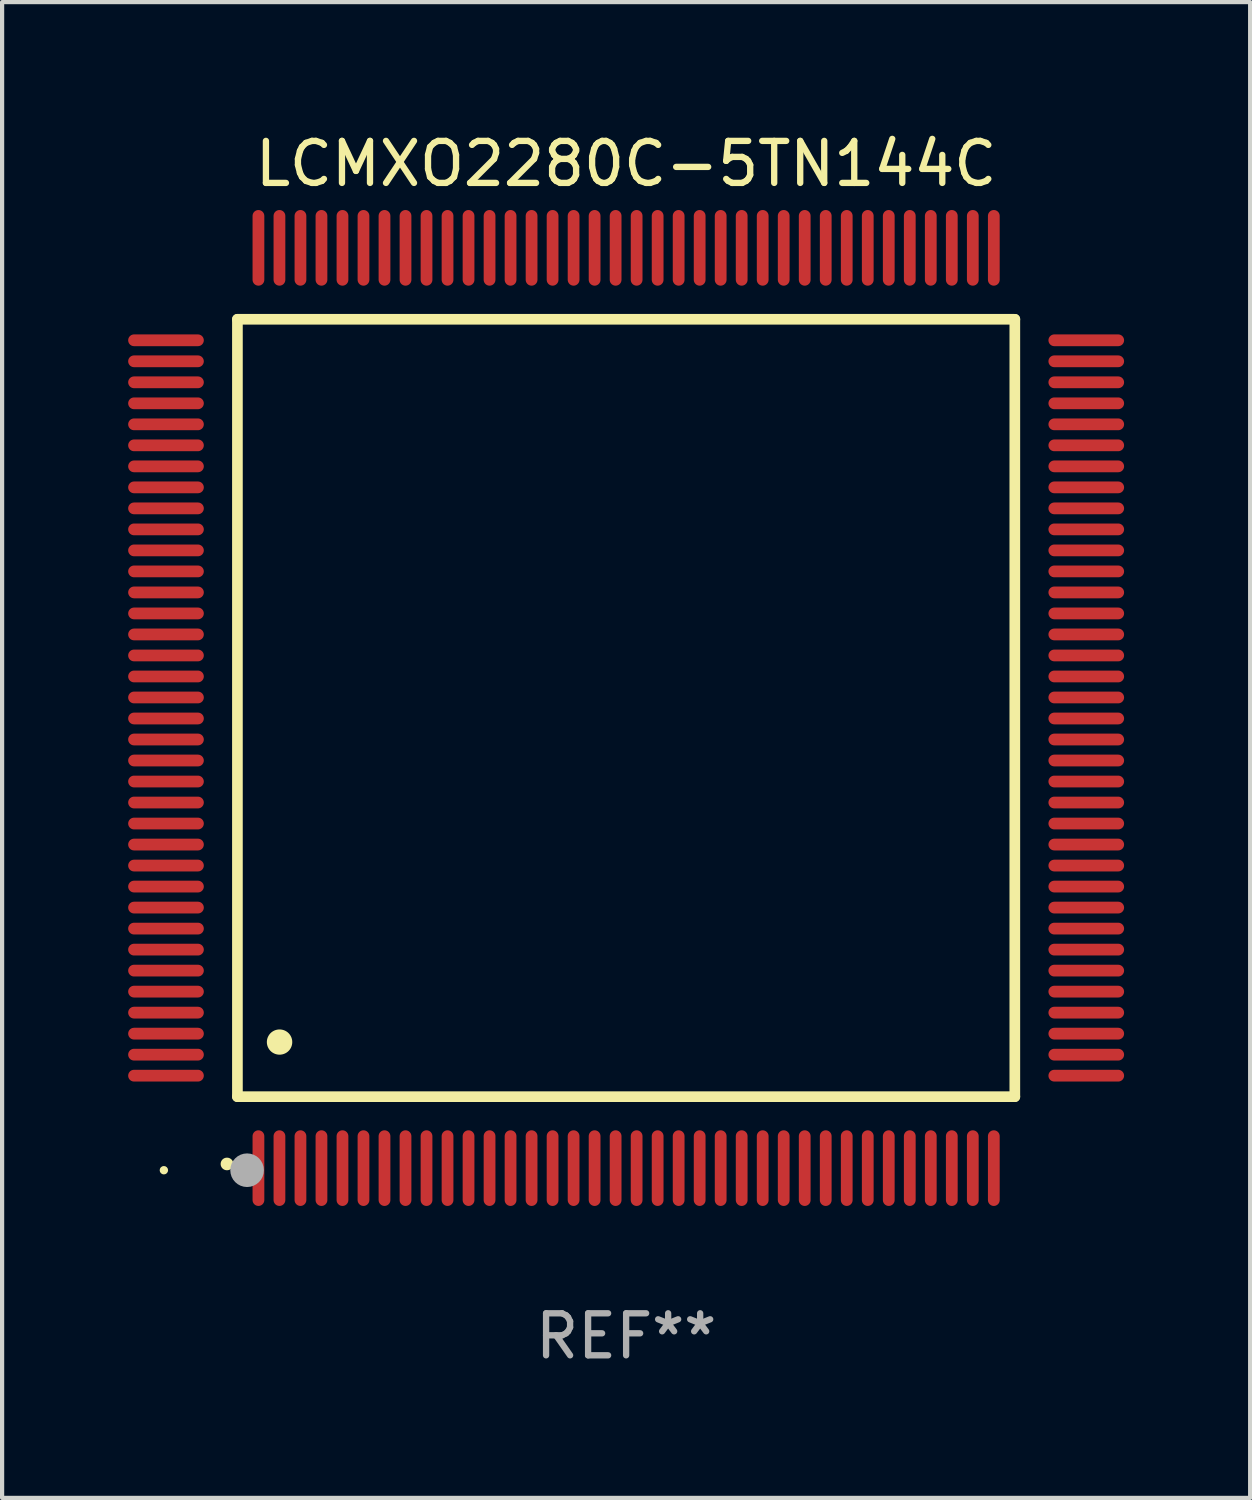
<source format=kicad_pcb>
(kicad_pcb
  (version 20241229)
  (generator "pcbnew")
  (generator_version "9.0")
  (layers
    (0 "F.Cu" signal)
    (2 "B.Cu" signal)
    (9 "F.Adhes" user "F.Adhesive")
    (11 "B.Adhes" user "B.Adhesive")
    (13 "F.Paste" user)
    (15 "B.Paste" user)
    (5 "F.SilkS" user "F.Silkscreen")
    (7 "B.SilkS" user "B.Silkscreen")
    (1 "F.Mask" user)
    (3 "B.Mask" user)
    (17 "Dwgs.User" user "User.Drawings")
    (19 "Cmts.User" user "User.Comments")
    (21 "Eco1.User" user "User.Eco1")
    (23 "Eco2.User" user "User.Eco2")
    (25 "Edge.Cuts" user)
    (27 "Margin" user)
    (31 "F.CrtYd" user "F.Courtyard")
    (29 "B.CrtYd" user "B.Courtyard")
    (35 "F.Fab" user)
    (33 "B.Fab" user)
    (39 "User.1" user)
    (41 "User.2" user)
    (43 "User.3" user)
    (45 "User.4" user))
  (footprint "LCMXO2280C-5TN144C"
    (layer "F.Cu")
    (at 11.85 13.798)
    (property "Reference" "LCMXO2280C-5TN144C" (at 0 -12.95 0) (layer "F.SilkS") (effects (font (size 1 1) (thickness 0.15))))
    (attr through_hole)
    (fp_line (start -9.25 -9.25) (end -9.25 9.25) (stroke (width 0.254) (type solid)) (layer "F.SilkS"))
    (fp_line (start -9.25 9.25) (end 9.25 9.25) (stroke (width 0.254) (type solid)) (layer "F.SilkS"))
    (fp_line (start 9.25 -9.25) (end -9.25 -9.25) (stroke (width 0.254) (type solid)) (layer "F.SilkS"))
    (fp_line (start 9.25 9.25) (end 9.25 -9.25) (stroke (width 0.254) (type solid)) (layer "F.SilkS"))
    (fp_arc (start -9.499619 10.850902) (mid -9.498349 10.850897) (end -9.497079 10.850902) (stroke (width 0.3) (type solid)) (layer "F.SilkS"))
    (fp_arc (start -8.249936 7.950216) (mid -8.247396 7.950205) (end -8.244856 7.950216) (stroke (width 0.6) (type solid)) (layer "F.SilkS"))
    (fp_circle (center -11 11) (end -10.95 11) (stroke (width 0.1) (type solid)) (fill no) (layer "F.SilkS"))
    (fp_circle (center -9.02 11) (end -8.82 11) (stroke (width 0.4) (type solid)) (fill no) (layer "F.Fab"))
    (fp_text user "REF**" (at 0 14.95 0) (layer "F.Fab") (effects (font (size 1 1) (thickness 0.15))))
    (pad "1" smd oval (at -8.75 10.95) (size 0.28 1.8) (layers "F.Cu" "F.Mask" "F.Paste"))
    (pad "2" smd oval (at -8.25 10.95) (size 0.28 1.8) (layers "F.Cu" "F.Mask" "F.Paste"))
    (pad "3" smd oval (at -7.75 10.95) (size 0.28 1.8) (layers "F.Cu" "F.Mask" "F.Paste"))
    (pad "4" smd oval (at -7.25 10.95) (size 0.28 1.8) (layers "F.Cu" "F.Mask" "F.Paste"))
    (pad "5" smd oval (at -6.75 10.95) (size 0.28 1.8) (layers "F.Cu" "F.Mask" "F.Paste"))
    (pad "6" smd oval (at -6.25 10.95) (size 0.28 1.8) (layers "F.Cu" "F.Mask" "F.Paste"))
    (pad "7" smd oval (at -5.75 10.95) (size 0.28 1.8) (layers "F.Cu" "F.Mask" "F.Paste"))
    (pad "8" smd oval (at -5.25 10.95) (size 0.28 1.8) (layers "F.Cu" "F.Mask" "F.Paste"))
    (pad "9" smd oval (at -4.75 10.95) (size 0.28 1.8) (layers "F.Cu" "F.Mask" "F.Paste"))
    (pad "10" smd oval (at -4.25 10.95) (size 0.28 1.8) (layers "F.Cu" "F.Mask" "F.Paste"))
    (pad "11" smd oval (at -3.75 10.95) (size 0.28 1.8) (layers "F.Cu" "F.Mask" "F.Paste"))
    (pad "12" smd oval (at -3.25 10.95) (size 0.28 1.8) (layers "F.Cu" "F.Mask" "F.Paste"))
    (pad "13" smd oval (at -2.75 10.95) (size 0.28 1.8) (layers "F.Cu" "F.Mask" "F.Paste"))
    (pad "14" smd oval (at -2.25 10.95) (size 0.28 1.8) (layers "F.Cu" "F.Mask" "F.Paste"))
    (pad "15" smd oval (at -1.75 10.95) (size 0.28 1.8) (layers "F.Cu" "F.Mask" "F.Paste"))
    (pad "16" smd oval (at -1.25 10.95) (size 0.28 1.8) (layers "F.Cu" "F.Mask" "F.Paste"))
    (pad "17" smd oval (at -0.75 10.95) (size 0.28 1.8) (layers "F.Cu" "F.Mask" "F.Paste"))
    (pad "18" smd oval (at -0.25 10.95) (size 0.28 1.8) (layers "F.Cu" "F.Mask" "F.Paste"))
    (pad "19" smd oval (at 0.25 10.95) (size 0.28 1.8) (layers "F.Cu" "F.Mask" "F.Paste"))
    (pad "20" smd oval (at 0.75 10.95) (size 0.28 1.8) (layers "F.Cu" "F.Mask" "F.Paste"))
    (pad "21" smd oval (at 1.25 10.95) (size 0.28 1.8) (layers "F.Cu" "F.Mask" "F.Paste"))
    (pad "22" smd oval (at 1.75 10.95) (size 0.28 1.8) (layers "F.Cu" "F.Mask" "F.Paste"))
    (pad "23" smd oval (at 2.25 10.95) (size 0.28 1.8) (layers "F.Cu" "F.Mask" "F.Paste"))
    (pad "24" smd oval (at 2.75 10.95) (size 0.28 1.8) (layers "F.Cu" "F.Mask" "F.Paste"))
    (pad "25" smd oval (at 3.25 10.95) (size 0.28 1.8) (layers "F.Cu" "F.Mask" "F.Paste"))
    (pad "26" smd oval (at 3.75 10.95) (size 0.28 1.8) (layers "F.Cu" "F.Mask" "F.Paste"))
    (pad "27" smd oval (at 4.25 10.95) (size 0.28 1.8) (layers "F.Cu" "F.Mask" "F.Paste"))
    (pad "28" smd oval (at 4.75 10.95) (size 0.28 1.8) (layers "F.Cu" "F.Mask" "F.Paste"))
    (pad "29" smd oval (at 5.25 10.95) (size 0.28 1.8) (layers "F.Cu" "F.Mask" "F.Paste"))
    (pad "30" smd oval (at 5.75 10.95) (size 0.28 1.8) (layers "F.Cu" "F.Mask" "F.Paste"))
    (pad "31" smd oval (at 6.25 10.95) (size 0.28 1.8) (layers "F.Cu" "F.Mask" "F.Paste"))
    (pad "32" smd oval (at 6.75 10.95) (size 0.28 1.8) (layers "F.Cu" "F.Mask" "F.Paste"))
    (pad "33" smd oval (at 7.25 10.95) (size 0.28 1.8) (layers "F.Cu" "F.Mask" "F.Paste"))
    (pad "34" smd oval (at 7.75 10.95) (size 0.28 1.8) (layers "F.Cu" "F.Mask" "F.Paste"))
    (pad "35" smd oval (at 8.25 10.95) (size 0.28 1.8) (layers "F.Cu" "F.Mask" "F.Paste"))
    (pad "36" smd oval (at 8.75 10.95) (size 0.28 1.8) (layers "F.Cu" "F.Mask" "F.Paste"))
    (pad "37" smd oval (at 10.95 8.75) (size 1.8 0.28) (layers "F.Cu" "F.Mask" "F.Paste"))
    (pad "38" smd oval (at 10.95 8.25) (size 1.8 0.28) (layers "F.Cu" "F.Mask" "F.Paste"))
    (pad "39" smd oval (at 10.95 7.75) (size 1.8 0.28) (layers "F.Cu" "F.Mask" "F.Paste"))
    (pad "40" smd oval (at 10.95 7.25) (size 1.8 0.28) (layers "F.Cu" "F.Mask" "F.Paste"))
    (pad "41" smd oval (at 10.95 6.75) (size 1.8 0.28) (layers "F.Cu" "F.Mask" "F.Paste"))
    (pad "42" smd oval (at 10.95 6.25) (size 1.8 0.28) (layers "F.Cu" "F.Mask" "F.Paste"))
    (pad "43" smd oval (at 10.95 5.75) (size 1.8 0.28) (layers "F.Cu" "F.Mask" "F.Paste"))
    (pad "44" smd oval (at 10.95 5.25) (size 1.8 0.28) (layers "F.Cu" "F.Mask" "F.Paste"))
    (pad "45" smd oval (at 10.95 4.75) (size 1.8 0.28) (layers "F.Cu" "F.Mask" "F.Paste"))
    (pad "46" smd oval (at 10.95 4.25) (size 1.8 0.28) (layers "F.Cu" "F.Mask" "F.Paste"))
    (pad "47" smd oval (at 10.95 3.75) (size 1.8 0.28) (layers "F.Cu" "F.Mask" "F.Paste"))
    (pad "48" smd oval (at 10.95 3.25) (size 1.8 0.28) (layers "F.Cu" "F.Mask" "F.Paste"))
    (pad "49" smd oval (at 10.95 2.75) (size 1.8 0.28) (layers "F.Cu" "F.Mask" "F.Paste"))
    (pad "50" smd oval (at 10.95 2.25) (size 1.8 0.28) (layers "F.Cu" "F.Mask" "F.Paste"))
    (pad "51" smd oval (at 10.95 1.75) (size 1.8 0.28) (layers "F.Cu" "F.Mask" "F.Paste"))
    (pad "52" smd oval (at 10.95 1.25) (size 1.8 0.28) (layers "F.Cu" "F.Mask" "F.Paste"))
    (pad "53" smd oval (at 10.95 0.75) (size 1.8 0.28) (layers "F.Cu" "F.Mask" "F.Paste"))
    (pad "54" smd oval (at 10.95 0.25) (size 1.8 0.28) (layers "F.Cu" "F.Mask" "F.Paste"))
    (pad "55" smd oval (at 10.95 -0.25) (size 1.8 0.28) (layers "F.Cu" "F.Mask" "F.Paste"))
    (pad "56" smd oval (at 10.95 -0.75) (size 1.8 0.28) (layers "F.Cu" "F.Mask" "F.Paste"))
    (pad "57" smd oval (at 10.95 -1.25) (size 1.8 0.28) (layers "F.Cu" "F.Mask" "F.Paste"))
    (pad "58" smd oval (at 10.95 -1.75) (size 1.8 0.28) (layers "F.Cu" "F.Mask" "F.Paste"))
    (pad "59" smd oval (at 10.95 -2.25) (size 1.8 0.28) (layers "F.Cu" "F.Mask" "F.Paste"))
    (pad "60" smd oval (at 10.95 -2.75) (size 1.8 0.28) (layers "F.Cu" "F.Mask" "F.Paste"))
    (pad "61" smd oval (at 10.95 -3.25) (size 1.8 0.28) (layers "F.Cu" "F.Mask" "F.Paste"))
    (pad "62" smd oval (at 10.95 -3.75) (size 1.8 0.28) (layers "F.Cu" "F.Mask" "F.Paste"))
    (pad "63" smd oval (at 10.95 -4.25) (size 1.8 0.28) (layers "F.Cu" "F.Mask" "F.Paste"))
    (pad "64" smd oval (at 10.95 -4.75) (size 1.8 0.28) (layers "F.Cu" "F.Mask" "F.Paste"))
    (pad "65" smd oval (at 10.95 -5.25) (size 1.8 0.28) (layers "F.Cu" "F.Mask" "F.Paste"))
    (pad "66" smd oval (at 10.95 -5.75) (size 1.8 0.28) (layers "F.Cu" "F.Mask" "F.Paste"))
    (pad "67" smd oval (at 10.95 -6.25) (size 1.8 0.28) (layers "F.Cu" "F.Mask" "F.Paste"))
    (pad "68" smd oval (at 10.95 -6.75) (size 1.8 0.28) (layers "F.Cu" "F.Mask" "F.Paste"))
    (pad "69" smd oval (at 10.95 -7.25) (size 1.8 0.28) (layers "F.Cu" "F.Mask" "F.Paste"))
    (pad "70" smd oval (at 10.95 -7.75) (size 1.8 0.28) (layers "F.Cu" "F.Mask" "F.Paste"))
    (pad "71" smd oval (at 10.95 -8.25) (size 1.8 0.28) (layers "F.Cu" "F.Mask" "F.Paste"))
    (pad "72" smd oval (at 10.95 -8.75) (size 1.8 0.28) (layers "F.Cu" "F.Mask" "F.Paste"))
    (pad "73" smd oval (at 8.75 -10.95) (size 0.28 1.8) (layers "F.Cu" "F.Mask" "F.Paste"))
    (pad "74" smd oval (at 8.25 -10.95) (size 0.28 1.8) (layers "F.Cu" "F.Mask" "F.Paste"))
    (pad "75" smd oval (at 7.75 -10.95) (size 0.28 1.8) (layers "F.Cu" "F.Mask" "F.Paste"))
    (pad "76" smd oval (at 7.25 -10.95) (size 0.28 1.8) (layers "F.Cu" "F.Mask" "F.Paste"))
    (pad "77" smd oval (at 6.75 -10.95) (size 0.28 1.8) (layers "F.Cu" "F.Mask" "F.Paste"))
    (pad "78" smd oval (at 6.25 -10.95) (size 0.28 1.8) (layers "F.Cu" "F.Mask" "F.Paste"))
    (pad "79" smd oval (at 5.75 -10.95) (size 0.28 1.8) (layers "F.Cu" "F.Mask" "F.Paste"))
    (pad "80" smd oval (at 5.25 -10.95) (size 0.28 1.8) (layers "F.Cu" "F.Mask" "F.Paste"))
    (pad "81" smd oval (at 4.75 -10.95) (size 0.28 1.8) (layers "F.Cu" "F.Mask" "F.Paste"))
    (pad "82" smd oval (at 4.25 -10.95) (size 0.28 1.8) (layers "F.Cu" "F.Mask" "F.Paste"))
    (pad "83" smd oval (at 3.75 -10.95) (size 0.28 1.8) (layers "F.Cu" "F.Mask" "F.Paste"))
    (pad "84" smd oval (at 3.25 -10.95) (size 0.28 1.8) (layers "F.Cu" "F.Mask" "F.Paste"))
    (pad "85" smd oval (at 2.75 -10.95) (size 0.28 1.8) (layers "F.Cu" "F.Mask" "F.Paste"))
    (pad "86" smd oval (at 2.25 -10.95) (size 0.28 1.8) (layers "F.Cu" "F.Mask" "F.Paste"))
    (pad "87" smd oval (at 1.75 -10.95) (size 0.28 1.8) (layers "F.Cu" "F.Mask" "F.Paste"))
    (pad "88" smd oval (at 1.25 -10.95) (size 0.28 1.8) (layers "F.Cu" "F.Mask" "F.Paste"))
    (pad "89" smd oval (at 0.75 -10.95) (size 0.28 1.8) (layers "F.Cu" "F.Mask" "F.Paste"))
    (pad "90" smd oval (at 0.25 -10.95) (size 0.28 1.8) (layers "F.Cu" "F.Mask" "F.Paste"))
    (pad "91" smd oval (at -0.25 -10.95) (size 0.28 1.8) (layers "F.Cu" "F.Mask" "F.Paste"))
    (pad "92" smd oval (at -0.75 -10.95) (size 0.28 1.8) (layers "F.Cu" "F.Mask" "F.Paste"))
    (pad "93" smd oval (at -1.25 -10.95) (size 0.28 1.8) (layers "F.Cu" "F.Mask" "F.Paste"))
    (pad "94" smd oval (at -1.75 -10.95) (size 0.28 1.8) (layers "F.Cu" "F.Mask" "F.Paste"))
    (pad "95" smd oval (at -2.25 -10.95) (size 0.28 1.8) (layers "F.Cu" "F.Mask" "F.Paste"))
    (pad "96" smd oval (at -2.75 -10.95) (size 0.28 1.8) (layers "F.Cu" "F.Mask" "F.Paste"))
    (pad "97" smd oval (at -3.25 -10.95) (size 0.28 1.8) (layers "F.Cu" "F.Mask" "F.Paste"))
    (pad "98" smd oval (at -3.75 -10.95) (size 0.28 1.8) (layers "F.Cu" "F.Mask" "F.Paste"))
    (pad "99" smd oval (at -4.25 -10.95) (size 0.28 1.8) (layers "F.Cu" "F.Mask" "F.Paste"))
    (pad "100" smd oval (at -4.75 -10.95) (size 0.28 1.8) (layers "F.Cu" "F.Mask" "F.Paste"))
    (pad "101" smd oval (at -5.25 -10.95) (size 0.28 1.8) (layers "F.Cu" "F.Mask" "F.Paste"))
    (pad "102" smd oval (at -5.75 -10.95) (size 0.28 1.8) (layers "F.Cu" "F.Mask" "F.Paste"))
    (pad "103" smd oval (at -6.25 -10.95) (size 0.28 1.8) (layers "F.Cu" "F.Mask" "F.Paste"))
    (pad "104" smd oval (at -6.75 -10.95) (size 0.28 1.8) (layers "F.Cu" "F.Mask" "F.Paste"))
    (pad "105" smd oval (at -7.25 -10.95) (size 0.28 1.8) (layers "F.Cu" "F.Mask" "F.Paste"))
    (pad "106" smd oval (at -7.75 -10.95) (size 0.28 1.8) (layers "F.Cu" "F.Mask" "F.Paste"))
    (pad "107" smd oval (at -8.25 -10.95) (size 0.28 1.8) (layers "F.Cu" "F.Mask" "F.Paste"))
    (pad "108" smd oval (at -8.75 -10.95) (size 0.28 1.8) (layers "F.Cu" "F.Mask" "F.Paste"))
    (pad "109" smd oval (at -10.95 -8.75) (size 1.8 0.28) (layers "F.Cu" "F.Mask" "F.Paste"))
    (pad "110" smd oval (at -10.95 -8.25) (size 1.8 0.28) (layers "F.Cu" "F.Mask" "F.Paste"))
    (pad "111" smd oval (at -10.95 -7.75) (size 1.8 0.28) (layers "F.Cu" "F.Mask" "F.Paste"))
    (pad "112" smd oval (at -10.95 -7.25) (size 1.8 0.28) (layers "F.Cu" "F.Mask" "F.Paste"))
    (pad "113" smd oval (at -10.95 -6.75) (size 1.8 0.28) (layers "F.Cu" "F.Mask" "F.Paste"))
    (pad "114" smd oval (at -10.95 -6.25) (size 1.8 0.28) (layers "F.Cu" "F.Mask" "F.Paste"))
    (pad "115" smd oval (at -10.95 -5.75) (size 1.8 0.28) (layers "F.Cu" "F.Mask" "F.Paste"))
    (pad "116" smd oval (at -10.95 -5.25) (size 1.8 0.28) (layers "F.Cu" "F.Mask" "F.Paste"))
    (pad "117" smd oval (at -10.95 -4.75) (size 1.8 0.28) (layers "F.Cu" "F.Mask" "F.Paste"))
    (pad "118" smd oval (at -10.95 -4.25) (size 1.8 0.28) (layers "F.Cu" "F.Mask" "F.Paste"))
    (pad "119" smd oval (at -10.95 -3.75) (size 1.8 0.28) (layers "F.Cu" "F.Mask" "F.Paste"))
    (pad "120" smd oval (at -10.95 -3.25) (size 1.8 0.28) (layers "F.Cu" "F.Mask" "F.Paste"))
    (pad "121" smd oval (at -10.95 -2.75) (size 1.8 0.28) (layers "F.Cu" "F.Mask" "F.Paste"))
    (pad "122" smd oval (at -10.95 -2.25) (size 1.8 0.28) (layers "F.Cu" "F.Mask" "F.Paste"))
    (pad "123" smd oval (at -10.95 -1.75) (size 1.8 0.28) (layers "F.Cu" "F.Mask" "F.Paste"))
    (pad "124" smd oval (at -10.95 -1.25) (size 1.8 0.28) (layers "F.Cu" "F.Mask" "F.Paste"))
    (pad "125" smd oval (at -10.95 -0.75) (size 1.8 0.28) (layers "F.Cu" "F.Mask" "F.Paste"))
    (pad "126" smd oval (at -10.95 -0.25) (size 1.8 0.28) (layers "F.Cu" "F.Mask" "F.Paste"))
    (pad "127" smd oval (at -10.95 0.25) (size 1.8 0.28) (layers "F.Cu" "F.Mask" "F.Paste"))
    (pad "128" smd oval (at -10.95 0.75) (size 1.8 0.28) (layers "F.Cu" "F.Mask" "F.Paste"))
    (pad "129" smd oval (at -10.95 1.25) (size 1.8 0.28) (layers "F.Cu" "F.Mask" "F.Paste"))
    (pad "130" smd oval (at -10.95 1.75) (size 1.8 0.28) (layers "F.Cu" "F.Mask" "F.Paste"))
    (pad "131" smd oval (at -10.95 2.25) (size 1.8 0.28) (layers "F.Cu" "F.Mask" "F.Paste"))
    (pad "132" smd oval (at -10.95 2.75) (size 1.8 0.28) (layers "F.Cu" "F.Mask" "F.Paste"))
    (pad "133" smd oval (at -10.95 3.25) (size 1.8 0.28) (layers "F.Cu" "F.Mask" "F.Paste"))
    (pad "134" smd oval (at -10.95 3.75) (size 1.8 0.28) (layers "F.Cu" "F.Mask" "F.Paste"))
    (pad "135" smd oval (at -10.95 4.25) (size 1.8 0.28) (layers "F.Cu" "F.Mask" "F.Paste"))
    (pad "136" smd oval (at -10.95 4.75) (size 1.8 0.28) (layers "F.Cu" "F.Mask" "F.Paste"))
    (pad "137" smd oval (at -10.95 5.25) (size 1.8 0.28) (layers "F.Cu" "F.Mask" "F.Paste"))
    (pad "138" smd oval (at -10.95 5.75) (size 1.8 0.28) (layers "F.Cu" "F.Mask" "F.Paste"))
    (pad "139" smd oval (at -10.95 6.25) (size 1.8 0.28) (layers "F.Cu" "F.Mask" "F.Paste"))
    (pad "140" smd oval (at -10.95 6.75) (size 1.8 0.28) (layers "F.Cu" "F.Mask" "F.Paste"))
    (pad "141" smd oval (at -10.95 7.25) (size 1.8 0.28) (layers "F.Cu" "F.Mask" "F.Paste"))
    (pad "142" smd oval (at -10.95 7.75) (size 1.8 0.28) (layers "F.Cu" "F.Mask" "F.Paste"))
    (pad "143" smd oval (at -10.95 8.25) (size 1.8 0.28) (layers "F.Cu" "F.Mask" "F.Paste"))
    (pad "144" smd oval (at -10.95 8.75) (size 1.8 0.28) (layers "F.Cu" "F.Mask" "F.Paste")))
  (gr_rect
    (start -3 -3)
    (end 26.7 32.596)
    (stroke (width 0.1) (type default))
    (fill no)
    (layer "Edge.Cuts")))
</source>
